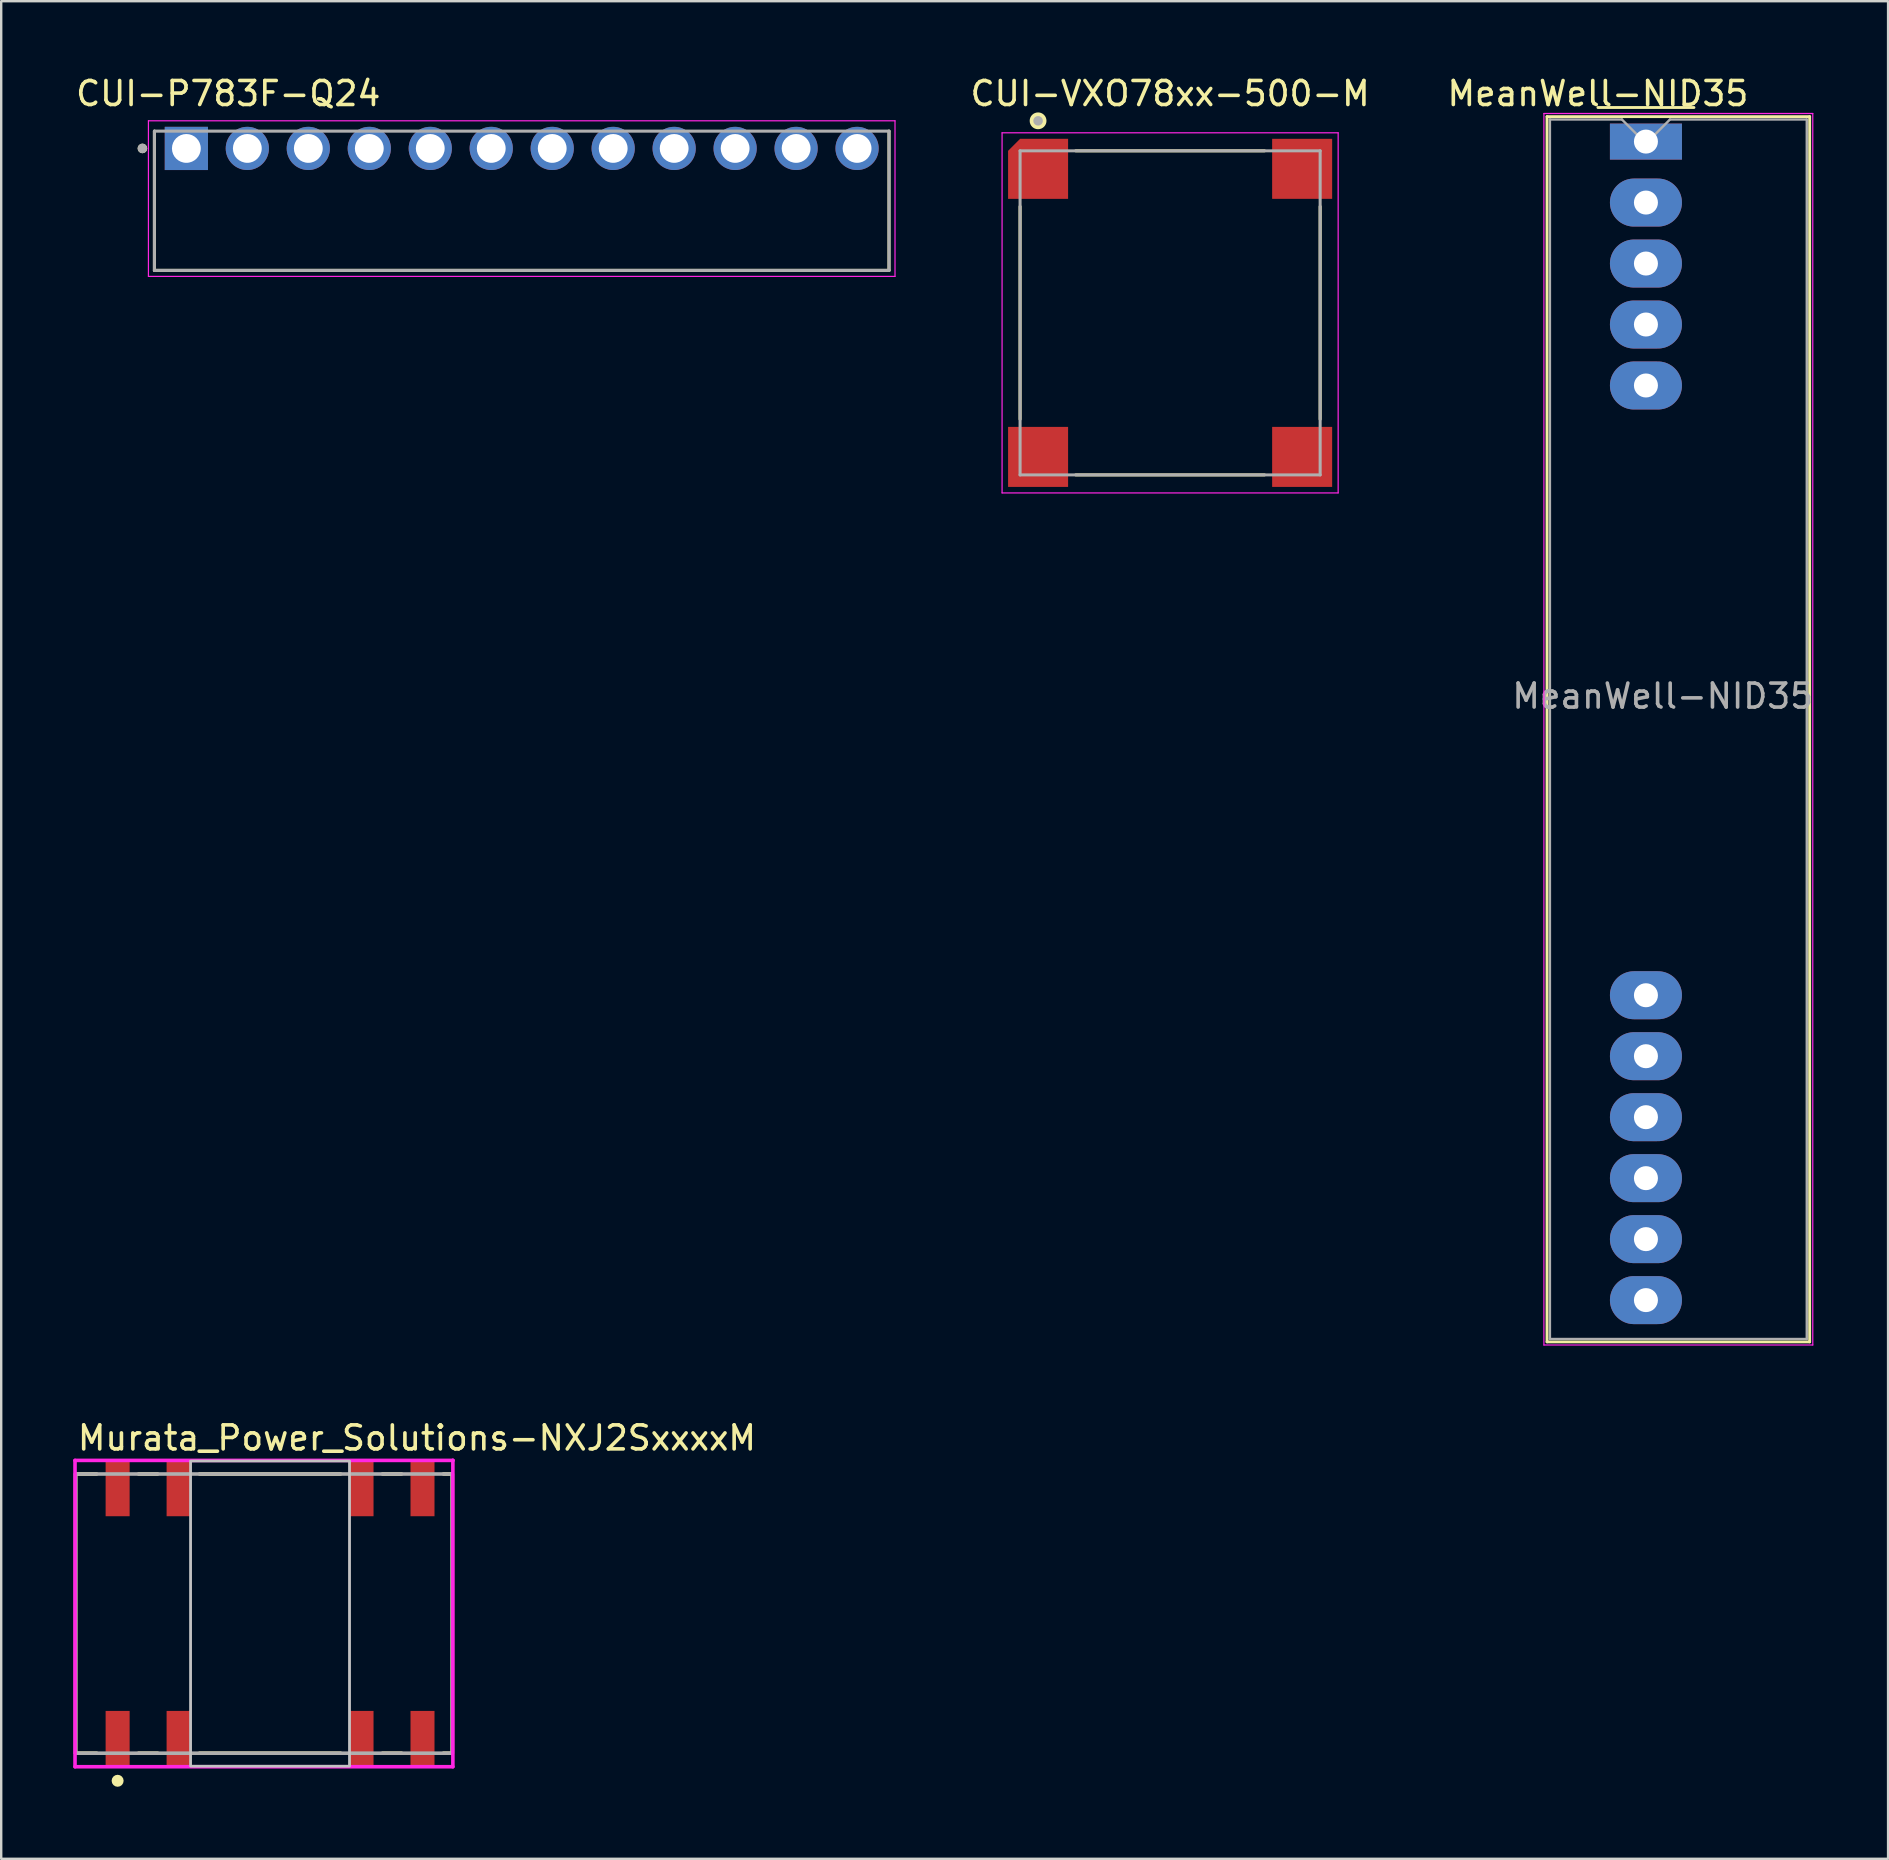
<source format=kicad_pcb>
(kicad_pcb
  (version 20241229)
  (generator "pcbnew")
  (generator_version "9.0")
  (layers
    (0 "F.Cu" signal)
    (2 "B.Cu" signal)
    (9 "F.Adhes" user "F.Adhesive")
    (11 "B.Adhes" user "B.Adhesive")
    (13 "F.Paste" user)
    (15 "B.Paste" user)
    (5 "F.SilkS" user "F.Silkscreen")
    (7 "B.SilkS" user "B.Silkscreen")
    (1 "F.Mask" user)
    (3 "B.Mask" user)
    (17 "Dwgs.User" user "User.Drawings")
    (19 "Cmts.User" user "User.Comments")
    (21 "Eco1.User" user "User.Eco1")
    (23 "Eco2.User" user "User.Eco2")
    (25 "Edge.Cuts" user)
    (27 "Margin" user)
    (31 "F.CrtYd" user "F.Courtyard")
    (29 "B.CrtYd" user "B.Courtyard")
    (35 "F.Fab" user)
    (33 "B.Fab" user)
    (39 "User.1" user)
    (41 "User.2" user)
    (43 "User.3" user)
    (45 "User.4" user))
  (footprint "Murata_Power_Solutions-NXJ2SxxxxM"
    (layer "F.Cu")
    (at 7.945 64.166)
    (property "Reference" "Murata_Power_Solutions-NXJ2SxxxxM" (at -7.845 -7.315 0) (layer "F.SilkS") (effects (font (size 1 1) (thickness 0.15)) (justify left)))
    (attr through_hole)
    (fp_line (start -7.845 -5.815) (end -6.97 -5.815) (stroke (width 0.15) (type solid)) (layer "F.SilkS"))
    (fp_line (start -7.845 5.815) (end -7.845 -5.815) (stroke (width 0.15) (type solid)) (layer "F.SilkS"))
    (fp_line (start -7.845 5.815) (end -6.97 5.815) (stroke (width 0.15) (type solid)) (layer "F.SilkS"))
    (fp_line (start -5.22 -5.815) (end -4.43 -5.815) (stroke (width 0.15) (type solid)) (layer "F.SilkS"))
    (fp_line (start -5.22 5.815) (end -4.43 5.815) (stroke (width 0.15) (type solid)) (layer "F.SilkS"))
    (fp_line (start -2.68 -5.815) (end 3.19 -5.815) (stroke (width 0.15) (type solid)) (layer "F.SilkS"))
    (fp_line (start -2.68 5.815) (end 3.19 5.815) (stroke (width 0.15) (type solid)) (layer "F.SilkS"))
    (fp_line (start 4.94 -5.815) (end 5.73 -5.815) (stroke (width 0.15) (type solid)) (layer "F.SilkS"))
    (fp_line (start 4.94 5.815) (end 5.73 5.815) (stroke (width 0.15) (type solid)) (layer "F.SilkS"))
    (fp_line (start 7.48 -5.815) (end 7.845 -5.815) (stroke (width 0.15) (type solid)) (layer "F.SilkS"))
    (fp_line (start 7.48 5.815) (end 7.845 5.815) (stroke (width 0.15) (type solid)) (layer "F.SilkS"))
    (fp_line (start 7.845 5.815) (end 7.845 -5.815) (stroke (width 0.15) (type solid)) (layer "F.SilkS"))
    (fp_circle (center -6.095 6.965) (end -5.97 6.965) (stroke (width 0.25) (type solid)) (fill no) (layer "F.SilkS"))
    (fp_poly (pts (xy -3.055 -6.355) (xy 3.565 -6.355) (xy 3.565 6.355) (xy -3.055 6.355)) (stroke (width 0.1) (type solid)) (fill no) (layer "Dwgs.User"))
    (fp_poly (pts (xy -3.055 -6.355) (xy 3.565 -6.355) (xy 3.565 6.355) (xy -3.055 6.355)) (stroke (width 0.1) (type solid)) (fill no) (layer "Dwgs.User"))
    (fp_line (start -7.87 -6.38) (end -7.87 6.38) (stroke (width 0.15) (type solid)) (layer "F.CrtYd"))
    (fp_line (start -7.87 6.38) (end 7.87 6.38) (stroke (width 0.15) (type solid)) (layer "F.CrtYd"))
    (fp_line (start 7.87 -6.38) (end -7.87 -6.38) (stroke (width 0.15) (type solid)) (layer "F.CrtYd"))
    (fp_line (start 7.87 -6.38) (end 7.87 -6.38) (stroke (width 0.15) (type solid)) (layer "F.CrtYd"))
    (fp_line (start 7.87 6.38) (end 7.87 -6.38) (stroke (width 0.15) (type solid)) (layer "F.CrtYd"))
    (fp_line (start -7.845 -5.815) (end 7.845 -5.815) (stroke (width 0.15) (type solid)) (layer "F.Fab"))
    (fp_line (start -7.845 5.815) (end -7.845 -5.815) (stroke (width 0.15) (type solid)) (layer "F.Fab"))
    (fp_line (start 7.845 -5.815) (end 7.845 5.815) (stroke (width 0.15) (type solid)) (layer "F.Fab"))
    (fp_line (start 7.845 5.815) (end -7.845 5.815) (stroke (width 0.15) (type solid)) (layer "F.Fab"))
    (pad "1" smd rect (at -6.095 5.205) (size 1 2.3) (layers "F.Cu" "F.Mask" "F.Paste"))
    (pad "2" smd rect (at -3.555 5.205) (size 1 2.3) (layers "F.Cu" "F.Mask" "F.Paste"))
    (pad "5" smd rect (at 4.065 5.205) (size 1 2.3) (layers "F.Cu" "F.Mask" "F.Paste"))
    (pad "6" smd rect (at 6.605 5.205) (size 1 2.3) (layers "F.Cu" "F.Mask" "F.Paste"))
    (pad "7" smd rect (at 6.605 -5.205) (size 1 2.3) (layers "F.Cu" "F.Mask" "F.Paste"))
    (pad "8" smd rect (at 4.065 -5.205) (size 1 2.3) (layers "F.Cu" "F.Mask" "F.Paste"))
    (pad "11" smd rect (at -3.555 -5.205) (size 1 2.3) (layers "F.Cu" "F.Mask" "F.Paste"))
    (pad "12" smd rect (at -6.095 -5.205) (size 1 2.3) (layers "F.Cu" "F.Mask" "F.Paste")))
  (footprint "CUI-P783F-Q24"
    (layer "F.Cu")
    (at 4.713 3.133)
    (property "Reference" "CUI-P783F-Q24" (at 1.745 -2.285 0) (layer "F.SilkS") (effects (font (size 1 1) (thickness 0.15))))
    (attr through_hole)
    (fp_line (start -1.33 -0.72) (end -1.33 5.08) (stroke (width 0.127) (type solid)) (layer "F.SilkS"))
    (fp_line (start -1.33 5.08) (end 29.27 5.08) (stroke (width 0.127) (type solid)) (layer "F.SilkS"))
    (fp_line (start 29.27 5.08) (end 29.27 -0.72) (stroke (width 0.127) (type solid)) (layer "F.SilkS"))
    (fp_circle (center -1.83 0) (end -1.73 0) (stroke (width 0.2) (type solid)) (fill no) (layer "F.SilkS"))
    (fp_line (start -1.58 -1.15) (end -1.58 5.33) (stroke (width 0.05) (type solid)) (layer "F.CrtYd"))
    (fp_line (start -1.58 5.33) (end 29.52 5.33) (stroke (width 0.05) (type solid)) (layer "F.CrtYd"))
    (fp_line (start 29.52 -1.15) (end -1.58 -1.15) (stroke (width 0.05) (type solid)) (layer "F.CrtYd"))
    (fp_line (start 29.52 5.33) (end 29.52 -1.15) (stroke (width 0.05) (type solid)) (layer "F.CrtYd"))
    (fp_line (start -1.33 -0.72) (end -1.33 5.08) (stroke (width 0.127) (type solid)) (layer "F.Fab"))
    (fp_line (start -1.33 5.08) (end 29.27 5.08) (stroke (width 0.127) (type solid)) (layer "F.Fab"))
    (fp_line (start 29.27 -0.72) (end -1.33 -0.72) (stroke (width 0.127) (type solid)) (layer "F.Fab"))
    (fp_line (start 29.27 5.08) (end 29.27 -0.72) (stroke (width 0.127) (type solid)) (layer "F.Fab"))
    (fp_circle (center -1.83 0) (end -1.73 0) (stroke (width 0.2) (type solid)) (fill no) (layer "F.Fab"))
    (pad "1" thru_hole rect (at 0 0) (size 1.8 1.8) (drill 1.2) (layers "*.Cu" "*.Mask"))
    (pad "2" thru_hole circle (at 2.54 0) (size 1.8 1.8) (drill 1.2) (layers "*.Cu" "*.Mask"))
    (pad "3" thru_hole circle (at 5.08 0) (size 1.8 1.8) (drill 1.2) (layers "*.Cu" "*.Mask"))
    (pad "4" thru_hole circle (at 7.62 0) (size 1.8 1.8) (drill 1.2) (layers "*.Cu" "*.Mask"))
    (pad "5" thru_hole circle (at 10.16 0) (size 1.8 1.8) (drill 1.2) (layers "*.Cu" "*.Mask"))
    (pad "6" thru_hole circle (at 12.7 0) (size 1.8 1.8) (drill 1.2) (layers "*.Cu" "*.Mask"))
    (pad "7" thru_hole circle (at 15.24 0) (size 1.8 1.8) (drill 1.2) (layers "*.Cu" "*.Mask"))
    (pad "8" thru_hole circle (at 17.78 0) (size 1.8 1.8) (drill 1.2) (layers "*.Cu" "*.Mask"))
    (pad "9" thru_hole circle (at 20.32 0) (size 1.8 1.8) (drill 1.2) (layers "*.Cu" "*.Mask"))
    (pad "10" thru_hole circle (at 22.86 0) (size 1.8 1.8) (drill 1.2) (layers "*.Cu" "*.Mask"))
    (pad "11" thru_hole circle (at 25.4 0) (size 1.8 1.8) (drill 1.2) (layers "*.Cu" "*.Mask"))
    (pad "12" thru_hole circle (at 27.94 0) (size 1.8 1.8) (drill 1.2) (layers "*.Cu" "*.Mask")))
  (footprint "CUI-VXO78xx-500-M"
    (layer "F.Cu")
    (at 45.693 9.983)
    (property "Reference" "CUI-VXO78xx-500-M" (at 0 -9.135 0) (layer "F.SilkS") (effects (font (size 1 1) (thickness 0.15))))
    (attr smd)
    (fp_line (start -6.25 4.43) (end -6.25 -4.43) (stroke (width 0.127) (type solid)) (layer "F.SilkS"))
    (fp_line (start -3.93 -6.75) (end 3.93 -6.75) (stroke (width 0.127) (type solid)) (layer "F.SilkS"))
    (fp_line (start 3.93 6.75) (end -3.93 6.75) (stroke (width 0.127) (type solid)) (layer "F.SilkS"))
    (fp_line (start 6.25 -4.43) (end 6.25 4.43) (stroke (width 0.127) (type solid)) (layer "F.SilkS"))
    (fp_circle (center -5.5 -8) (end -5.4 -8) (stroke (width 0.25) (type solid)) (fill no) (layer "F.SilkS"))
    (fp_line (start -7 -7.5) (end 7 -7.5) (stroke (width 0.05) (type solid)) (layer "F.CrtYd"))
    (fp_line (start -7 7.5) (end -7 -7.5) (stroke (width 0.05) (type solid)) (layer "F.CrtYd"))
    (fp_line (start 7 -7.5) (end 7 7.5) (stroke (width 0.05) (type solid)) (layer "F.CrtYd"))
    (fp_line (start 7 7.5) (end -7 7.5) (stroke (width 0.05) (type solid)) (layer "F.CrtYd"))
    (fp_line (start -6.25 -6.75) (end 6.25 -6.75) (stroke (width 0.127) (type solid)) (layer "F.Fab"))
    (fp_line (start -6.25 6.75) (end -6.25 -6.75) (stroke (width 0.127) (type solid)) (layer "F.Fab"))
    (fp_line (start 6.25 -6.75) (end 6.25 6.75) (stroke (width 0.127) (type solid)) (layer "F.Fab"))
    (fp_line (start 6.25 6.75) (end -6.25 6.75) (stroke (width 0.127) (type solid)) (layer "F.Fab"))
    (fp_circle (center -5.5 -8) (end -5.4 -8) (stroke (width 0.2) (type solid)) (fill no) (layer "F.Fab"))
    (pad "1" smd roundrect (at -5.5 -6) (size 2.5 2.5) (layers "F.Cu" "F.Mask" "F.Paste") (roundrect_rratio 0) (chamfer_ratio 0.2) (chamfer top_left))
    (pad "2" smd rect (at 5.5 -6) (size 2.5 2.5) (layers "F.Cu" "F.Mask" "F.Paste"))
    (pad "3" smd rect (at 5.5 6) (size 2.5 2.5) (layers "F.Cu" "F.Mask" "F.Paste"))
    (pad "4" smd rect (at -5.5 6) (size 2.5 2.5) (layers "F.Cu" "F.Mask" "F.Paste")))
  (footprint "MeanWell-NID35"
    (layer "F.Cu")
    (at 65.514 2.848)
    (property "Reference" "MeanWell-NID35" (at -2 -2 0) (layer "F.SilkS") (effects (font (size 1 1) (thickness 0.15))))
    (attr through_hole)
    (fp_line (start -4.12 -1.04) (end 6.82 -1.04) (stroke (width 0.12) (type solid)) (layer "F.SilkS"))
    (fp_line (start -4.12 50) (end -4.12 -1.04) (stroke (width 0.12) (type solid)) (layer "F.SilkS"))
    (fp_line (start -2 -1.42) (end 2 -1.42) (stroke (width 0.12) (type solid)) (layer "F.SilkS"))
    (fp_line (start 6.82 -1.04) (end 6.82 50) (stroke (width 0.12) (type solid)) (layer "F.SilkS"))
    (fp_line (start 6.82 50) (end -4.12 50) (stroke (width 0.12) (type solid)) (layer "F.SilkS"))
    (fp_line (start -4.25 -1.17) (end 6.95 -1.17) (stroke (width 0.05) (type solid)) (layer "F.CrtYd"))
    (fp_line (start -4.25 50.13) (end -4.25 -1.17) (stroke (width 0.05) (type solid)) (layer "F.CrtYd"))
    (fp_line (start 6.95 -1.17) (end 6.95 50.13) (stroke (width 0.05) (type solid)) (layer "F.CrtYd"))
    (fp_line (start 6.95 50.13) (end -4.25 50.13) (stroke (width 0.05) (type solid)) (layer "F.CrtYd"))
    (fp_line (start -4 -0.92) (end -1 -0.92) (stroke (width 0.1) (type solid)) (layer "F.Fab"))
    (fp_line (start -4 49.88) (end -4 -0.92) (stroke (width 0.1) (type solid)) (layer "F.Fab"))
    (fp_line (start -1 -0.92) (end 0 0.08) (stroke (width 0.1) (type solid)) (layer "F.Fab"))
    (fp_line (start 0 0.08) (end 1 -0.92) (stroke (width 0.1) (type solid)) (layer "F.Fab"))
    (fp_line (start 1 -0.92) (end 6.7 -0.92) (stroke (width 0.1) (type solid)) (layer "F.Fab"))
    (fp_line (start 6.7 -0.92) (end 6.7 49.88) (stroke (width 0.1) (type solid)) (layer "F.Fab"))
    (fp_line (start 6.7 49.88) (end -4 49.88) (stroke (width 0.1) (type solid)) (layer "F.Fab"))
    (fp_text user "${REFERENCE}" (at 0.7 23.1 0) (layer "F.Fab") (effects (font (size 1 1) (thickness 0.15))))
    (pad "1" thru_hole rect (at 0 0) (size 3 1.5) (drill 1) (layers "*.Cu" "*.Mask"))
    (pad "2" thru_hole oval (at 0 2.54) (size 3 2) (drill 1) (layers "*.Cu" "*.Mask"))
    (pad "3" thru_hole oval (at 0 5.08) (size 3 2) (drill 1) (layers "*.Cu" "*.Mask"))
    (pad "4" thru_hole oval (at 0 7.62) (size 3 2) (drill 1) (layers "*.Cu" "*.Mask"))
    (pad "5" thru_hole oval (at 0 10.16) (size 3 2) (drill 1) (layers "*.Cu" "*.Mask"))
    (pad "6" thru_hole oval (at 0 35.56) (size 3 2) (drill 1) (layers "*.Cu" "*.Mask"))
    (pad "7" thru_hole oval (at 0 38.1) (size 3 2) (drill 1) (layers "*.Cu" "*.Mask"))
    (pad "8" thru_hole oval (at 0 40.64) (size 3 2) (drill 1) (layers "*.Cu" "*.Mask"))
    (pad "9" thru_hole oval (at 0 43.18) (size 3 2) (drill 1) (layers "*.Cu" "*.Mask"))
    (pad "10" thru_hole oval (at 0 45.72) (size 3 2) (drill 1) (layers "*.Cu" "*.Mask"))
    (pad "11" thru_hole oval (at 0 48.26) (size 3 2) (drill 1) (layers "*.Cu" "*.Mask")))
  (gr_rect
    (start -3 -3)
    (end 75.601 74.382)
    (stroke (width 0.1) (type default))
    (fill no)
    (layer "Edge.Cuts")))
</source>
